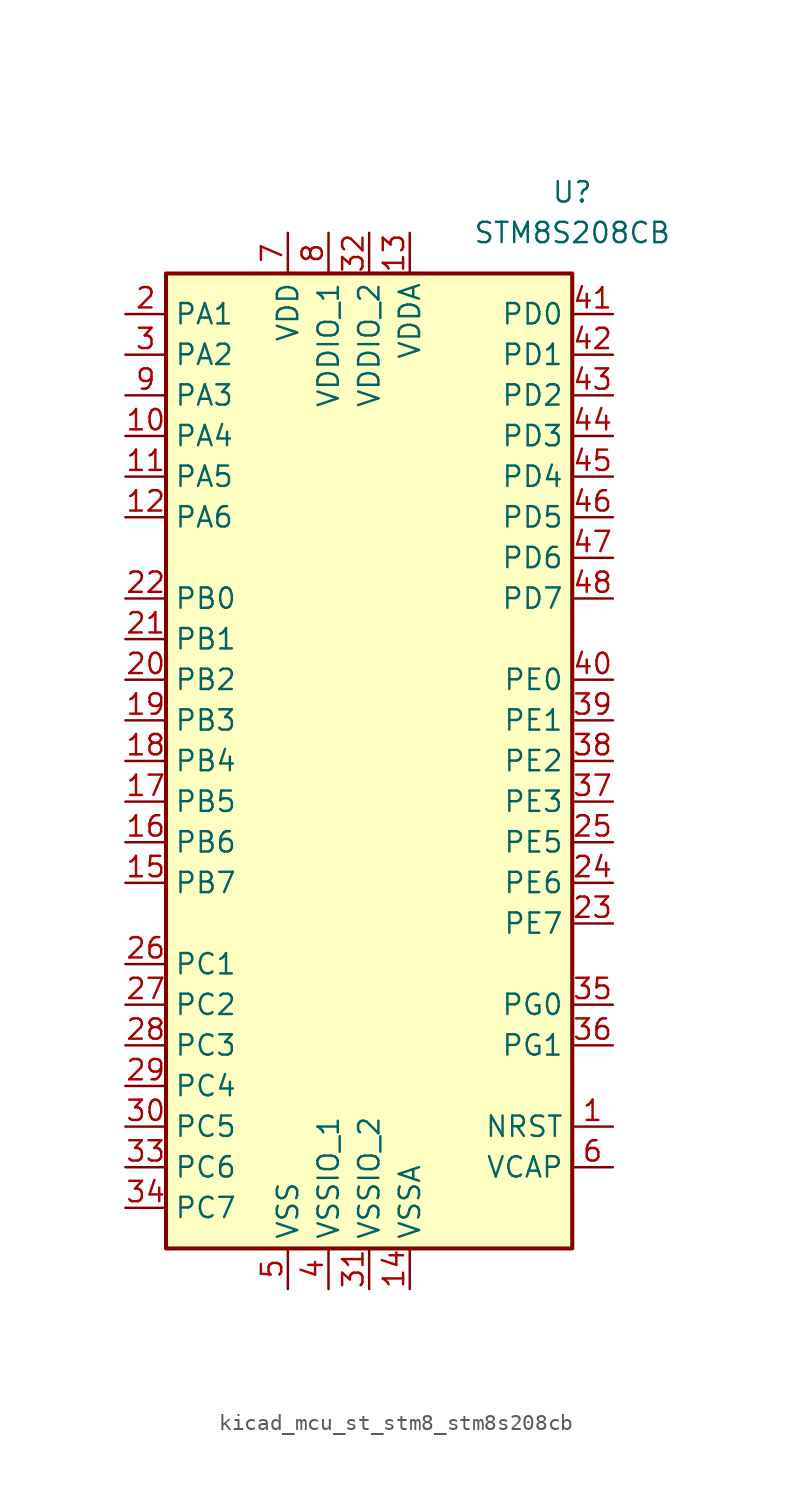
<source format=kicad_sym>
(kicad_symbol_lib
  (version 20220914)
  (generator kicad_symbol_editor)
  (symbol "kicad_mcu_st_stm8_stm8s208cb"
    (property "Reference" "U"
      (at 12.7 35.56 0)
      (effects (font (size 1.27 1.27))))
    (property "Value" "STM8S208CB"
      (at 12.7 33.02 0)
      (effects (font (size 1.27 1.27))))
    (symbol "kicad_mcu_st_stm8_stm8s208cb_0_1"
      (rectangle (start -12.7 -30.48) (end 12.7 30.48) (stroke (width 0.254) (type default)) (fill (type background))))
    (symbol "kicad_mcu_st_stm8_stm8s208cb_1_1"
      (pin input line (at 15.24 -22.86 180) (length 2.54) (name "NRST" (effects (font (size 1.27 1.27)))) (number "1" (effects (font (size 1.27 1.27)))))
      (pin bidirectional line (at -15.24 20.32 0) (length 2.54) (name "PA4" (effects (font (size 1.27 1.27)))) (number "10" (effects (font (size 1.27 1.27)))))
      (pin bidirectional line (at -15.24 17.78 0) (length 2.54) (name "PA5" (effects (font (size 1.27 1.27)))) (number "11" (effects (font (size 1.27 1.27)))))
      (pin bidirectional line (at -15.24 15.24 0) (length 2.54) (name "PA6" (effects (font (size 1.27 1.27)))) (number "12" (effects (font (size 1.27 1.27)))))
      (pin power_in line (at 2.54 33.02 270) (length 2.54) (name "VDDA" (effects (font (size 1.27 1.27)))) (number "13" (effects (font (size 1.27 1.27)))))
      (pin power_in line (at 2.54 -33.02 90) (length 2.54) (name "VSSA" (effects (font (size 1.27 1.27)))) (number "14" (effects (font (size 1.27 1.27)))))
      (pin bidirectional line (at -15.24 -7.62 0) (length 2.54) (name "PB7" (effects (font (size 1.27 1.27)))) (number "15" (effects (font (size 1.27 1.27)))))
      (pin bidirectional line (at -15.24 -5.08 0) (length 2.54) (name "PB6" (effects (font (size 1.27 1.27)))) (number "16" (effects (font (size 1.27 1.27)))))
      (pin bidirectional line (at -15.24 -2.54 0) (length 2.54) (name "PB5" (effects (font (size 1.27 1.27)))) (number "17" (effects (font (size 1.27 1.27)))))
      (pin bidirectional line (at -15.24 0 0) (length 2.54) (name "PB4" (effects (font (size 1.27 1.27)))) (number "18" (effects (font (size 1.27 1.27)))))
      (pin bidirectional line (at -15.24 2.54 0) (length 2.54) (name "PB3" (effects (font (size 1.27 1.27)))) (number "19" (effects (font (size 1.27 1.27)))))
      (pin bidirectional line (at -15.24 27.94 0) (length 2.54) (name "PA1" (effects (font (size 1.27 1.27)))) (number "2" (effects (font (size 1.27 1.27)))))
      (pin bidirectional line (at -15.24 5.08 0) (length 2.54) (name "PB2" (effects (font (size 1.27 1.27)))) (number "20" (effects (font (size 1.27 1.27)))))
      (pin bidirectional line (at -15.24 7.62 0) (length 2.54) (name "PB1" (effects (font (size 1.27 1.27)))) (number "21" (effects (font (size 1.27 1.27)))))
      (pin bidirectional line (at -15.24 10.16 0) (length 2.54) (name "PB0" (effects (font (size 1.27 1.27)))) (number "22" (effects (font (size 1.27 1.27)))))
      (pin bidirectional line (at 15.24 -10.16 180) (length 2.54) (name "PE7" (effects (font (size 1.27 1.27)))) (number "23" (effects (font (size 1.27 1.27)))))
      (pin bidirectional line (at 15.24 -7.62 180) (length 2.54) (name "PE6" (effects (font (size 1.27 1.27)))) (number "24" (effects (font (size 1.27 1.27)))))
      (pin bidirectional line (at 15.24 -5.08 180) (length 2.54) (name "PE5" (effects (font (size 1.27 1.27)))) (number "25" (effects (font (size 1.27 1.27)))))
      (pin bidirectional line (at -15.24 -12.7 0) (length 2.54) (name "PC1" (effects (font (size 1.27 1.27)))) (number "26" (effects (font (size 1.27 1.27)))))
      (pin bidirectional line (at -15.24 -15.24 0) (length 2.54) (name "PC2" (effects (font (size 1.27 1.27)))) (number "27" (effects (font (size 1.27 1.27)))))
      (pin bidirectional line (at -15.24 -17.78 0) (length 2.54) (name "PC3" (effects (font (size 1.27 1.27)))) (number "28" (effects (font (size 1.27 1.27)))))
      (pin bidirectional line (at -15.24 -20.32 0) (length 2.54) (name "PC4" (effects (font (size 1.27 1.27)))) (number "29" (effects (font (size 1.27 1.27)))))
      (pin bidirectional line (at -15.24 25.4 0) (length 2.54) (name "PA2" (effects (font (size 1.27 1.27)))) (number "3" (effects (font (size 1.27 1.27)))))
      (pin bidirectional line (at -15.24 -22.86 0) (length 2.54) (name "PC5" (effects (font (size 1.27 1.27)))) (number "30" (effects (font (size 1.27 1.27)))))
      (pin power_in line (at 0 -33.02 90) (length 2.54) (name "VSSIO_2" (effects (font (size 1.27 1.27)))) (number "31" (effects (font (size 1.27 1.27)))))
      (pin power_in line (at 0 33.02 270) (length 2.54) (name "VDDIO_2" (effects (font (size 1.27 1.27)))) (number "32" (effects (font (size 1.27 1.27)))))
      (pin bidirectional line (at -15.24 -25.4 0) (length 2.54) (name "PC6" (effects (font (size 1.27 1.27)))) (number "33" (effects (font (size 1.27 1.27)))))
      (pin bidirectional line (at -15.24 -27.94 0) (length 2.54) (name "PC7" (effects (font (size 1.27 1.27)))) (number "34" (effects (font (size 1.27 1.27)))))
      (pin bidirectional line (at 15.24 -15.24 180) (length 2.54) (name "PG0" (effects (font (size 1.27 1.27)))) (number "35" (effects (font (size 1.27 1.27)))))
      (pin bidirectional line (at 15.24 -17.78 180) (length 2.54) (name "PG1" (effects (font (size 1.27 1.27)))) (number "36" (effects (font (size 1.27 1.27)))))
      (pin bidirectional line (at 15.24 -2.54 180) (length 2.54) (name "PE3" (effects (font (size 1.27 1.27)))) (number "37" (effects (font (size 1.27 1.27)))))
      (pin bidirectional line (at 15.24 0 180) (length 2.54) (name "PE2" (effects (font (size 1.27 1.27)))) (number "38" (effects (font (size 1.27 1.27)))))
      (pin bidirectional line (at 15.24 2.54 180) (length 2.54) (name "PE1" (effects (font (size 1.27 1.27)))) (number "39" (effects (font (size 1.27 1.27)))))
      (pin power_in line (at -2.54 -33.02 90) (length 2.54) (name "VSSIO_1" (effects (font (size 1.27 1.27)))) (number "4" (effects (font (size 1.27 1.27)))))
      (pin bidirectional line (at 15.24 5.08 180) (length 2.54) (name "PE0" (effects (font (size 1.27 1.27)))) (number "40" (effects (font (size 1.27 1.27)))))
      (pin bidirectional line (at 15.24 27.94 180) (length 2.54) (name "PD0" (effects (font (size 1.27 1.27)))) (number "41" (effects (font (size 1.27 1.27)))))
      (pin bidirectional line (at 15.24 25.4 180) (length 2.54) (name "PD1" (effects (font (size 1.27 1.27)))) (number "42" (effects (font (size 1.27 1.27)))))
      (pin bidirectional line (at 15.24 22.86 180) (length 2.54) (name "PD2" (effects (font (size 1.27 1.27)))) (number "43" (effects (font (size 1.27 1.27)))))
      (pin bidirectional line (at 15.24 20.32 180) (length 2.54) (name "PD3" (effects (font (size 1.27 1.27)))) (number "44" (effects (font (size 1.27 1.27)))))
      (pin bidirectional line (at 15.24 17.78 180) (length 2.54) (name "PD4" (effects (font (size 1.27 1.27)))) (number "45" (effects (font (size 1.27 1.27)))))
      (pin bidirectional line (at 15.24 15.24 180) (length 2.54) (name "PD5" (effects (font (size 1.27 1.27)))) (number "46" (effects (font (size 1.27 1.27)))))
      (pin bidirectional line (at 15.24 12.7 180) (length 2.54) (name "PD6" (effects (font (size 1.27 1.27)))) (number "47" (effects (font (size 1.27 1.27)))))
      (pin bidirectional line (at 15.24 10.16 180) (length 2.54) (name "PD7" (effects (font (size 1.27 1.27)))) (number "48" (effects (font (size 1.27 1.27)))))
      (pin power_in line (at -5.08 -33.02 90) (length 2.54) (name "VSS" (effects (font (size 1.27 1.27)))) (number "5" (effects (font (size 1.27 1.27)))))
      (pin input line (at 15.24 -25.4 180) (length 2.54) (name "VCAP" (effects (font (size 1.27 1.27)))) (number "6" (effects (font (size 1.27 1.27)))))
      (pin power_in line (at -5.08 33.02 270) (length 2.54) (name "VDD" (effects (font (size 1.27 1.27)))) (number "7" (effects (font (size 1.27 1.27)))))
      (pin power_in line (at -2.54 33.02 270) (length 2.54) (name "VDDIO_1" (effects (font (size 1.27 1.27)))) (number "8" (effects (font (size 1.27 1.27)))))
      (pin bidirectional line (at -15.24 22.86 0) (length 2.54) (name "PA3" (effects (font (size 1.27 1.27)))) (number "9" (effects (font (size 1.27 1.27))))))))
</source>
